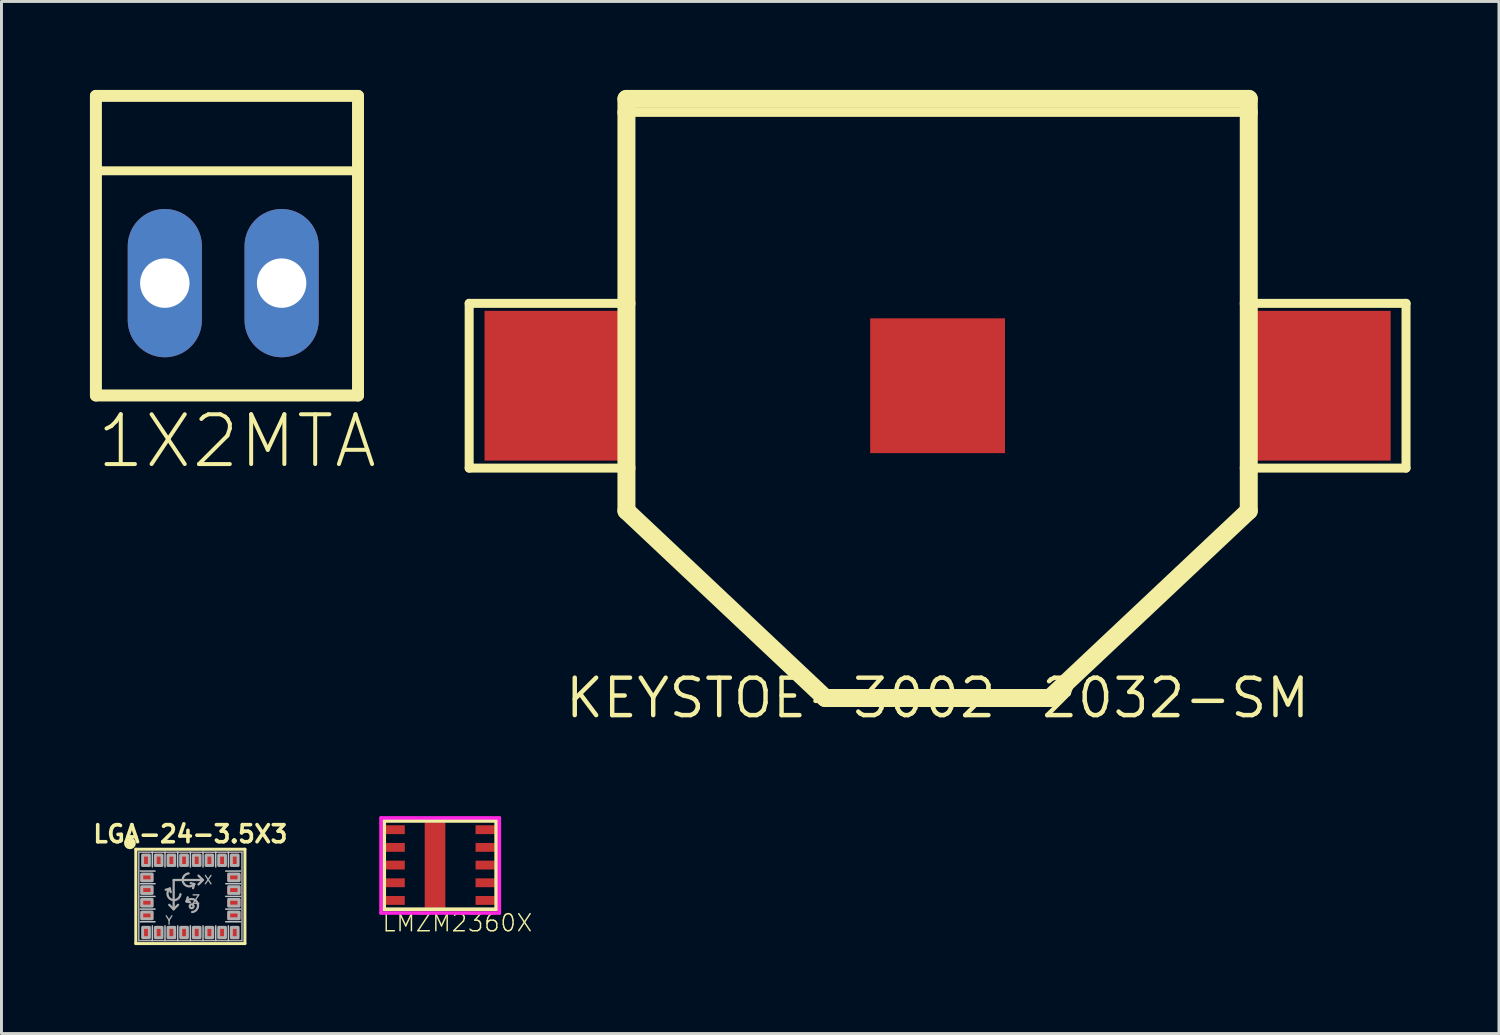
<source format=kicad_pcb>
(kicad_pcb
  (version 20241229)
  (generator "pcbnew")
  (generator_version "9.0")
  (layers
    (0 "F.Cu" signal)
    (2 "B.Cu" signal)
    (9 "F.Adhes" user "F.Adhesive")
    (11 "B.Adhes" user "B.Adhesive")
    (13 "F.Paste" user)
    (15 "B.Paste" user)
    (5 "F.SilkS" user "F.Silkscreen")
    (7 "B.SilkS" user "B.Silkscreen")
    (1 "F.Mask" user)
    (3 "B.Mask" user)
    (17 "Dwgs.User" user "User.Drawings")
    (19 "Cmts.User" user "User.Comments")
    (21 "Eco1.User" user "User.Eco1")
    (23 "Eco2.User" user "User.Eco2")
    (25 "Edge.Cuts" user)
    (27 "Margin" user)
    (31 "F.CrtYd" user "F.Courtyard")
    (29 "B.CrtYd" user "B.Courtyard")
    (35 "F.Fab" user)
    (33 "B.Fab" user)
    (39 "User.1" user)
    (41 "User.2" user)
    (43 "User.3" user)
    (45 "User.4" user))
  (footprint "LGA-24-3.5X3"
    (layer "F.Cu")
    (at 3.407 27.354)
    (property "Reference" "LGA-24-3.5X3" (at 0 -1.778 0) (layer "F.SilkS") (effects (font (size 0.579 0.579) (thickness 0.122)) (justify bottom)))
    (attr through_hole)
    (fp_line (start -1.85 -1.6) (end 1.85 -1.6) (stroke (width 0.102) (type solid)) (layer "F.SilkS"))
    (fp_line (start -1.85 1.6) (end -1.85 -1.6) (stroke (width 0.102) (type solid)) (layer "F.SilkS"))
    (fp_line (start 1.85 -1.6) (end 1.85 1.6) (stroke (width 0.102) (type solid)) (layer "F.SilkS"))
    (fp_line (start 1.85 1.6) (end -1.85 1.6) (stroke (width 0.102) (type solid)) (layer "F.SilkS"))
    (fp_circle (center -2.05 -1.8) (end -1.95 -1.8) (stroke (width 0.2) (type solid)) (fill no) (layer "F.SilkS"))
    (fp_line (start -1.7 -0.86) (end -1.2 -0.86) (stroke (width 0.051) (type solid)) (layer "Dwgs.User"))
    (fp_line (start -1.7 -0.43) (end -1.2 -0.43) (stroke (width 0.051) (type solid)) (layer "Dwgs.User"))
    (fp_line (start -1.7 0) (end -1.2 0) (stroke (width 0.051) (type solid)) (layer "Dwgs.User"))
    (fp_line (start -1.7 0.43) (end -1.2 0.43) (stroke (width 0.051) (type solid)) (layer "Dwgs.User"))
    (fp_line (start -1.7 0.86) (end -1.2 0.86) (stroke (width 0.051) (type solid)) (layer "Dwgs.User"))
    (fp_line (start -1.29 -1.5) (end -1.29 -1) (stroke (width 0.051) (type solid)) (layer "Dwgs.User"))
    (fp_line (start -1.29 1.5) (end -1.29 1) (stroke (width 0.051) (type solid)) (layer "Dwgs.User"))
    (fp_line (start -0.86 -1.5) (end -0.86 -1) (stroke (width 0.051) (type solid)) (layer "Dwgs.User"))
    (fp_line (start -0.86 1.5) (end -0.86 1) (stroke (width 0.051) (type solid)) (layer "Dwgs.User"))
    (fp_line (start -0.43 -1.5) (end -0.43 -1) (stroke (width 0.051) (type solid)) (layer "Dwgs.User"))
    (fp_line (start -0.43 1.5) (end -0.43 1) (stroke (width 0.051) (type solid)) (layer "Dwgs.User"))
    (fp_line (start 0 -1.5) (end 0 -1) (stroke (width 0.051) (type solid)) (layer "Dwgs.User"))
    (fp_line (start 0 1.5) (end 0 1) (stroke (width 0.051) (type solid)) (layer "Dwgs.User"))
    (fp_line (start 0.43 -1.5) (end 0.43 -1) (stroke (width 0.051) (type solid)) (layer "Dwgs.User"))
    (fp_line (start 0.43 1.5) (end 0.43 1) (stroke (width 0.051) (type solid)) (layer "Dwgs.User"))
    (fp_line (start 0.86 -1.5) (end 0.86 -1) (stroke (width 0.051) (type solid)) (layer "Dwgs.User"))
    (fp_line (start 0.86 1.5) (end 0.86 1) (stroke (width 0.051) (type solid)) (layer "Dwgs.User"))
    (fp_line (start 1.29 -1.5) (end 1.29 -1) (stroke (width 0.051) (type solid)) (layer "Dwgs.User"))
    (fp_line (start 1.29 1.5) (end 1.29 1) (stroke (width 0.051) (type solid)) (layer "Dwgs.User"))
    (fp_line (start 1.7 -0.86) (end 1.2 -0.86) (stroke (width 0.051) (type solid)) (layer "Dwgs.User"))
    (fp_line (start 1.7 -0.43) (end 1.2 -0.43) (stroke (width 0.051) (type solid)) (layer "Dwgs.User"))
    (fp_line (start 1.7 0) (end 1.2 0) (stroke (width 0.051) (type solid)) (layer "Dwgs.User"))
    (fp_line (start 1.7 0.43) (end 1.2 0.43) (stroke (width 0.051) (type solid)) (layer "Dwgs.User"))
    (fp_line (start 1.7 0.86) (end 1.2 0.86) (stroke (width 0.051) (type solid)) (layer "Dwgs.User"))
    (fp_line (start -1.75 -1.5) (end 1.75 -1.5) (stroke (width 0.051) (type solid)) (layer "F.Fab"))
    (fp_line (start -1.75 1.5) (end -1.75 -1.5) (stroke (width 0.051) (type solid)) (layer "F.Fab"))
    (fp_line (start -0.697 -0.265) (end -0.837 -0.225) (stroke (width 0.076) (type solid)) (layer "F.Fab"))
    (fp_line (start -0.697 -0.265) (end -0.667 -0.145) (stroke (width 0.076) (type solid)) (layer "F.Fab"))
    (fp_line (start -0.567 0.432) (end -0.567 -0.556) (stroke (width 0.076) (type solid)) (layer "F.Fab"))
    (fp_line (start -0.567 0.435) (end -0.717 0.285) (stroke (width 0.076) (type solid)) (layer "F.Fab"))
    (fp_line (start -0.567 0.435) (end -0.417 0.285) (stroke (width 0.076) (type solid)) (layer "F.Fab"))
    (fp_line (start -0.13 0.17) (end -0.09 0.03) (stroke (width 0.076) (type solid)) (layer "F.Fab"))
    (fp_line (start -0.13 0.17) (end -0.01 0.2) (stroke (width 0.076) (type solid)) (layer "F.Fab"))
    (fp_line (start 0.131 -0.419) (end 0.011 -0.449) (stroke (width 0.076) (type solid)) (layer "F.Fab"))
    (fp_line (start 0.131 -0.419) (end 0.091 -0.279) (stroke (width 0.076) (type solid)) (layer "F.Fab"))
    (fp_line (start 0.425 -0.556) (end -0.567 -0.556) (stroke (width 0.076) (type solid)) (layer "F.Fab"))
    (fp_line (start 0.425 -0.556) (end 0.275 -0.706) (stroke (width 0.076) (type solid)) (layer "F.Fab"))
    (fp_line (start 0.425 -0.556) (end 0.275 -0.406) (stroke (width 0.076) (type solid)) (layer "F.Fab"))
    (fp_line (start 1.75 -1.5) (end 1.75 1.5) (stroke (width 0.051) (type solid)) (layer "F.Fab"))
    (fp_line (start 1.75 1.5) (end -1.75 1.5) (stroke (width 0.051) (type solid)) (layer "F.Fab"))
    (fp_arc (start -0.337 -0.075) (mid -0.659177 0.09939) (end -0.697 -0.264999) (stroke (width 0.0762) (type solid)) (layer "F.Fab"))
    (fp_arc (start -0.130001 0.169999) (mid 0.234389 0.207821) (end 0.06 0.53) (stroke (width 0.0762) (type solid)) (layer "F.Fab"))
    (fp_arc (start 0.131401 -0.419399) (mid -0.232989 -0.457221) (end -0.0586 -0.7794) (stroke (width 0.0762) (type solid)) (layer "F.Fab"))
    (fp_circle (center 0.043 0.334) (end 0.071 0.334) (stroke (width 0.076) (type solid)) (fill no) (layer "F.Fab"))
    (fp_poly (pts (xy -1.65 -0.53) (xy -1.3 -0.53) (xy -1.3 -0.76) (xy -1.65 -0.76)) (stroke (width 0.1) (type solid)) (fill no) (layer "F.Fab"))
    (fp_poly (pts (xy -1.65 -0.1) (xy -1.3 -0.1) (xy -1.3 -0.33) (xy -1.65 -0.33)) (stroke (width 0.1) (type solid)) (fill no) (layer "F.Fab"))
    (fp_poly (pts (xy -1.65 0.33) (xy -1.3 0.33) (xy -1.3 0.1) (xy -1.65 0.1)) (stroke (width 0.1) (type solid)) (fill no) (layer "F.Fab"))
    (fp_poly (pts (xy -1.65 0.76) (xy -1.3 0.76) (xy -1.3 0.53) (xy -1.65 0.53)) (stroke (width 0.1) (type solid)) (fill no) (layer "F.Fab"))
    (fp_poly (pts (xy -1.62 -1.05) (xy -1.39 -1.05) (xy -1.39 -1.4) (xy -1.62 -1.4)) (stroke (width 0.1) (type solid)) (fill no) (layer "F.Fab"))
    (fp_poly (pts (xy -1.39 1.05) (xy -1.62 1.05) (xy -1.62 1.4) (xy -1.39 1.4)) (stroke (width 0.1) (type solid)) (fill no) (layer "F.Fab"))
    (fp_poly (pts (xy -1.19 -1.05) (xy -0.96 -1.05) (xy -0.96 -1.4) (xy -1.19 -1.4)) (stroke (width 0.1) (type solid)) (fill no) (layer "F.Fab"))
    (fp_poly (pts (xy -0.96 1.05) (xy -1.19 1.05) (xy -1.19 1.4) (xy -0.96 1.4)) (stroke (width 0.1) (type solid)) (fill no) (layer "F.Fab"))
    (fp_poly (pts (xy -0.76 -1.05) (xy -0.53 -1.05) (xy -0.53 -1.4) (xy -0.76 -1.4)) (stroke (width 0.1) (type solid)) (fill no) (layer "F.Fab"))
    (fp_poly (pts (xy -0.53 1.05) (xy -0.76 1.05) (xy -0.76 1.4) (xy -0.53 1.4)) (stroke (width 0.1) (type solid)) (fill no) (layer "F.Fab"))
    (fp_poly (pts (xy -0.33 -1.05) (xy -0.1 -1.05) (xy -0.1 -1.4) (xy -0.33 -1.4)) (stroke (width 0.1) (type solid)) (fill no) (layer "F.Fab"))
    (fp_poly (pts (xy -0.1 1.05) (xy -0.33 1.05) (xy -0.33 1.4) (xy -0.1 1.4)) (stroke (width 0.1) (type solid)) (fill no) (layer "F.Fab"))
    (fp_poly (pts (xy 0.1 -1.05) (xy 0.33 -1.05) (xy 0.33 -1.4) (xy 0.1 -1.4)) (stroke (width 0.1) (type solid)) (fill no) (layer "F.Fab"))
    (fp_poly (pts (xy 0.33 1.05) (xy 0.1 1.05) (xy 0.1 1.4) (xy 0.33 1.4)) (stroke (width 0.1) (type solid)) (fill no) (layer "F.Fab"))
    (fp_poly (pts (xy 0.53 -1.05) (xy 0.76 -1.05) (xy 0.76 -1.4) (xy 0.53 -1.4)) (stroke (width 0.1) (type solid)) (fill no) (layer "F.Fab"))
    (fp_poly (pts (xy 0.76 1.05) (xy 0.53 1.05) (xy 0.53 1.4) (xy 0.76 1.4)) (stroke (width 0.1) (type solid)) (fill no) (layer "F.Fab"))
    (fp_poly (pts (xy 0.96 -1.05) (xy 1.19 -1.05) (xy 1.19 -1.4) (xy 0.96 -1.4)) (stroke (width 0.1) (type solid)) (fill no) (layer "F.Fab"))
    (fp_poly (pts (xy 1.19 1.05) (xy 0.96 1.05) (xy 0.96 1.4) (xy 1.19 1.4)) (stroke (width 0.1) (type solid)) (fill no) (layer "F.Fab"))
    (fp_poly (pts (xy 1.39 -1.05) (xy 1.62 -1.05) (xy 1.62 -1.4) (xy 1.39 -1.4)) (stroke (width 0.1) (type solid)) (fill no) (layer "F.Fab"))
    (fp_poly (pts (xy 1.62 1.05) (xy 1.39 1.05) (xy 1.39 1.4) (xy 1.62 1.4)) (stroke (width 0.1) (type solid)) (fill no) (layer "F.Fab"))
    (fp_poly (pts (xy 1.65 -0.76) (xy 1.3 -0.76) (xy 1.3 -0.53) (xy 1.65 -0.53)) (stroke (width 0.1) (type solid)) (fill no) (layer "F.Fab"))
    (fp_poly (pts (xy 1.65 -0.33) (xy 1.3 -0.33) (xy 1.3 -0.1) (xy 1.65 -0.1)) (stroke (width 0.1) (type solid)) (fill no) (layer "F.Fab"))
    (fp_poly (pts (xy 1.65 0.1) (xy 1.3 0.1) (xy 1.3 0.33) (xy 1.65 0.33)) (stroke (width 0.1) (type solid)) (fill no) (layer "F.Fab"))
    (fp_poly (pts (xy 1.65 0.53) (xy 1.3 0.53) (xy 1.3 0.76) (xy 1.65 0.76)) (stroke (width 0.1) (type solid)) (fill no) (layer "F.Fab"))
    (fp_text user "Y" (at -0.571 0.647 0) (layer "F.Fab") (effects (font (size 0.285 0.285) (thickness 0.045)) (justify right top)))
    (fp_text user "X" (at 0.603 -0.557 0) (layer "F.Fab") (effects (font (size 0.285 0.285) (thickness 0.045))))
    (fp_text user "Z" (at 0.354 -0.063 0) (layer "F.Fab") (effects (font (size 0.285 0.285) (thickness 0.045)) (justify right top)))
    (pad "1" smd rect (at -1.505 -1.225 90) (size 0.45 0.27) (layers "F.Cu" "F.Mask" "F.Paste"))
    (pad "2" smd rect (at -1.475 -0.645 180) (size 0.45 0.27) (layers "F.Cu" "F.Mask" "F.Paste"))
    (pad "3" smd rect (at -1.475 -0.215 180) (size 0.45 0.27) (layers "F.Cu" "F.Mask" "F.Paste"))
    (pad "4" smd rect (at -1.475 0.215 180) (size 0.45 0.27) (layers "F.Cu" "F.Mask" "F.Paste"))
    (pad "5" smd rect (at -1.475 0.645 180) (size 0.45 0.27) (layers "F.Cu" "F.Mask" "F.Paste"))
    (pad "6" smd rect (at -1.505 1.225 270) (size 0.45 0.27) (layers "F.Cu" "F.Mask" "F.Paste"))
    (pad "7" smd rect (at -1.075 1.225 270) (size 0.45 0.27) (layers "F.Cu" "F.Mask" "F.Paste"))
    (pad "8" smd rect (at -0.645 1.225 270) (size 0.45 0.27) (layers "F.Cu" "F.Mask" "F.Paste"))
    (pad "9" smd rect (at -0.215 1.225 270) (size 0.45 0.27) (layers "F.Cu" "F.Mask" "F.Paste"))
    (pad "10" smd rect (at 0.215 1.225 270) (size 0.45 0.27) (layers "F.Cu" "F.Mask" "F.Paste"))
    (pad "11" smd rect (at 0.645 1.225 270) (size 0.45 0.27) (layers "F.Cu" "F.Mask" "F.Paste"))
    (pad "12" smd rect (at 1.075 1.225 270) (size 0.45 0.27) (layers "F.Cu" "F.Mask" "F.Paste"))
    (pad "13" smd rect (at 1.505 1.225 270) (size 0.45 0.27) (layers "F.Cu" "F.Mask" "F.Paste"))
    (pad "14" smd rect (at 1.475 0.645) (size 0.45 0.27) (layers "F.Cu" "F.Mask" "F.Paste"))
    (pad "15" smd rect (at 1.475 0.215) (size 0.45 0.27) (layers "F.Cu" "F.Mask" "F.Paste"))
    (pad "16" smd rect (at 1.475 -0.215) (size 0.45 0.27) (layers "F.Cu" "F.Mask" "F.Paste"))
    (pad "17" smd rect (at 1.475 -0.645) (size 0.45 0.27) (layers "F.Cu" "F.Mask" "F.Paste"))
    (pad "18" smd rect (at 1.505 -1.225 90) (size 0.45 0.27) (layers "F.Cu" "F.Mask" "F.Paste"))
    (pad "19" smd rect (at 1.075 -1.225 90) (size 0.45 0.27) (layers "F.Cu" "F.Mask" "F.Paste"))
    (pad "20" smd rect (at 0.645 -1.225 90) (size 0.45 0.27) (layers "F.Cu" "F.Mask" "F.Paste"))
    (pad "21" smd rect (at 0.215 -1.225 90) (size 0.45 0.27) (layers "F.Cu" "F.Mask" "F.Paste"))
    (pad "22" smd rect (at -0.215 -1.225 90) (size 0.45 0.27) (layers "F.Cu" "F.Mask" "F.Paste"))
    (pad "23" smd rect (at -0.645 -1.225 90) (size 0.45 0.27) (layers "F.Cu" "F.Mask" "F.Paste"))
    (pad "24" smd rect (at -1.075 -1.225 90) (size 0.45 0.27) (layers "F.Cu" "F.Mask" "F.Paste")))
  (footprint "LMZM2360X"
    (layer "F.Cu")
    (at 11.88 26.291)
    (property "Reference" "LMZM2360X" (at -2 2.3 0) (layer "F.SilkS") (effects (font (size 0.579 0.579) (thickness 0.049)) (justify left bottom)))
    (attr through_hole)
    (fp_line (start -1.9 -1.5) (end -1.9 1.5) (stroke (width 0.127) (type solid)) (layer "F.SilkS"))
    (fp_line (start -1.9 1.5) (end 1.9 1.5) (stroke (width 0.127) (type solid)) (layer "F.SilkS"))
    (fp_line (start 1.9 -1.5) (end -1.9 -1.5) (stroke (width 0.127) (type solid)) (layer "F.SilkS"))
    (fp_line (start 1.9 1.5) (end 1.9 -1.5) (stroke (width 0.127) (type solid)) (layer "F.SilkS"))
    (fp_line (start -2.007 -1.6) (end -2.007 1.626) (stroke (width 0.12) (type solid)) (layer "F.CrtYd"))
    (fp_line (start -2.007 1.626) (end 2.007 1.626) (stroke (width 0.12) (type solid)) (layer "F.CrtYd"))
    (fp_line (start 2.007 -1.6) (end -2.007 -1.6) (stroke (width 0.12) (type solid)) (layer "F.CrtYd"))
    (fp_line (start 2.007 1.626) (end 2.007 -1.6) (stroke (width 0.12) (type solid)) (layer "F.CrtYd"))
    (pad "1" smd rect (at -1.525 -1.2) (size 0.65 0.3) (layers "F.Cu" "F.Mask" "F.Paste"))
    (pad "2" smd rect (at -1.525 -0.6) (size 0.65 0.3) (layers "F.Cu" "F.Mask" "F.Paste"))
    (pad "3" smd rect (at -1.525 0) (size 0.65 0.3) (layers "F.Cu" "F.Mask" "F.Paste"))
    (pad "4" smd rect (at -1.525 0.6) (size 0.65 0.3) (layers "F.Cu" "F.Mask" "F.Paste"))
    (pad "5" smd rect (at -1.525 1.2) (size 0.65 0.3) (layers "F.Cu" "F.Mask" "F.Paste"))
    (pad "6" smd rect (at 1.525 1.2) (size 0.65 0.3) (layers "F.Cu" "F.Mask" "F.Paste"))
    (pad "7" smd rect (at 1.525 0.6) (size 0.65 0.3) (layers "F.Cu" "F.Mask" "F.Paste"))
    (pad "8" smd rect (at 1.525 0) (size 0.65 0.3) (layers "F.Cu" "F.Mask" "F.Paste"))
    (pad "9" smd rect (at 1.525 -0.6) (size 0.65 0.3) (layers "F.Cu" "F.Mask" "F.Paste"))
    (pad "10" smd rect (at 1.525 -1.2) (size 0.65 0.3) (layers "F.Cu" "F.Mask" "F.Paste"))
    (pad "PAD" smd rect (at -0.175 0) (size 0.7 2.9) (layers "F.Cu" "F.Mask" "F.Paste")))
  (footprint "1X2MTA"
    (layer "F.Cu")
    (at 4.521 6.553)
    (property "Reference" "1X2MTA" (at -4.369 6.35 180) (layer "F.SilkS") (effects (font (size 1.689 1.689) (thickness 0.135)) (justify left bottom)))
    (attr through_hole)
    (fp_line (start -4.318 -6.35) (end -4.318 -3.81) (stroke (width 0.406) (type solid)) (layer "F.SilkS"))
    (fp_line (start -4.318 -6.35) (end 4.572 -6.35) (stroke (width 0.406) (type solid)) (layer "F.SilkS"))
    (fp_line (start -4.318 -3.81) (end -4.318 3.81) (stroke (width 0.406) (type solid)) (layer "F.SilkS"))
    (fp_line (start -4.318 -3.81) (end 4.572 -3.81) (stroke (width 0.305) (type solid)) (layer "F.SilkS"))
    (fp_line (start -4.318 3.81) (end 4.572 3.81) (stroke (width 0.406) (type solid)) (layer "F.SilkS"))
    (fp_line (start 4.572 -6.35) (end 4.572 -3.81) (stroke (width 0.406) (type solid)) (layer "F.SilkS"))
    (fp_line (start 4.572 -3.81) (end 4.572 3.81) (stroke (width 0.406) (type solid)) (layer "F.SilkS"))
    (fp_poly (pts (xy -2.489 0.508) (xy -1.473 0.508) (xy -1.473 -0.508) (xy -2.489 -0.508)) (stroke (width 0) (type solid)) (fill yes) (layer "F.SilkS"))
    (fp_poly (pts (xy 1.473 0.508) (xy 2.489 0.508) (xy 2.489 -0.508) (xy 1.473 -0.508)) (stroke (width 0) (type solid)) (fill yes) (layer "F.SilkS"))
    (pad "1" thru_hole oval (at 1.981 0 90) (size 5.029 2.515) (drill 1.676) (layers "*.Cu" "*.Mask"))
    (pad "2" thru_hole oval (at -1.981 0 90) (size 5.029 2.515) (drill 1.676) (layers "*.Cu" "*.Mask")))
  (footprint "KEYSTOE-3002-2032-SM"
    (layer "F.Cu")
    (at 28.751 20.625)
    (property "Reference" "KEYSTOE-3002-2032-SM" (at 0 0 0) (layer "F.SilkS") (effects (font (size 1.27 1.27) (thickness 0.15))))
    (attr through_hole)
    (fp_line (start -15.888 -13.386) (end -15.888 -7.798) (stroke (width 0.305) (type solid)) (layer "F.SilkS"))
    (fp_line (start -15.888 -7.798) (end -10.554 -7.798) (stroke (width 0.305) (type solid)) (layer "F.SilkS"))
    (fp_line (start -10.554 -20.32) (end -10.554 -19.863) (stroke (width 0.61) (type solid)) (layer "F.SilkS"))
    (fp_line (start -10.554 -20.32) (end 10.554 -20.32) (stroke (width 0.61) (type solid)) (layer "F.SilkS"))
    (fp_line (start -10.554 -19.863) (end -10.554 -13.386) (stroke (width 0.61) (type solid)) (layer "F.SilkS"))
    (fp_line (start -10.554 -19.863) (end 10.554 -19.863) (stroke (width 0.305) (type solid)) (layer "F.SilkS"))
    (fp_line (start -10.554 -13.386) (end -15.888 -13.386) (stroke (width 0.305) (type solid)) (layer "F.SilkS"))
    (fp_line (start -10.554 -13.386) (end -10.554 -7.798) (stroke (width 0.61) (type solid)) (layer "F.SilkS"))
    (fp_line (start -10.554 -7.798) (end -10.554 -6.35) (stroke (width 0.61) (type solid)) (layer "F.SilkS"))
    (fp_line (start -10.554 -6.35) (end -3.81 0) (stroke (width 0.61) (type solid)) (layer "F.SilkS"))
    (fp_line (start -3.81 0) (end 3.81 0) (stroke (width 0.61) (type solid)) (layer "F.SilkS"))
    (fp_line (start 10.554 -20.32) (end 10.554 -19.863) (stroke (width 0.61) (type solid)) (layer "F.SilkS"))
    (fp_line (start 10.554 -19.863) (end 10.554 -13.386) (stroke (width 0.61) (type solid)) (layer "F.SilkS"))
    (fp_line (start 10.554 -13.386) (end 10.554 -7.798) (stroke (width 0.61) (type solid)) (layer "F.SilkS"))
    (fp_line (start 10.554 -13.386) (end 15.888 -13.386) (stroke (width 0.305) (type solid)) (layer "F.SilkS"))
    (fp_line (start 10.554 -7.798) (end 10.554 -6.35) (stroke (width 0.61) (type solid)) (layer "F.SilkS"))
    (fp_line (start 10.554 -6.35) (end 3.81 0) (stroke (width 0.61) (type solid)) (layer "F.SilkS"))
    (fp_line (start 15.888 -13.386) (end 15.888 -7.798) (stroke (width 0.305) (type solid)) (layer "F.SilkS"))
    (fp_line (start 15.888 -7.798) (end 10.554 -7.798) (stroke (width 0.305) (type solid)) (layer "F.SilkS"))
    (pad "+1" smd rect (at -12.827 -10.592) (size 5.08 5.08) (layers "F.Cu" "F.Mask" "F.Paste"))
    (pad "+2" smd rect (at 12.827 -10.592) (size 5.08 5.08) (layers "F.Cu" "F.Mask" "F.Paste"))
    (pad "-" smd rect (at 0 -10.592) (size 4.572 4.572) (layers "F.Cu" "F.Mask" "F.Paste")))
  (gr_rect
    (start -3 -3)
    (end 47.791 32.005)
    (stroke (width 0.1) (type default))
    (fill no)
    (layer "Edge.Cuts")))
</source>
